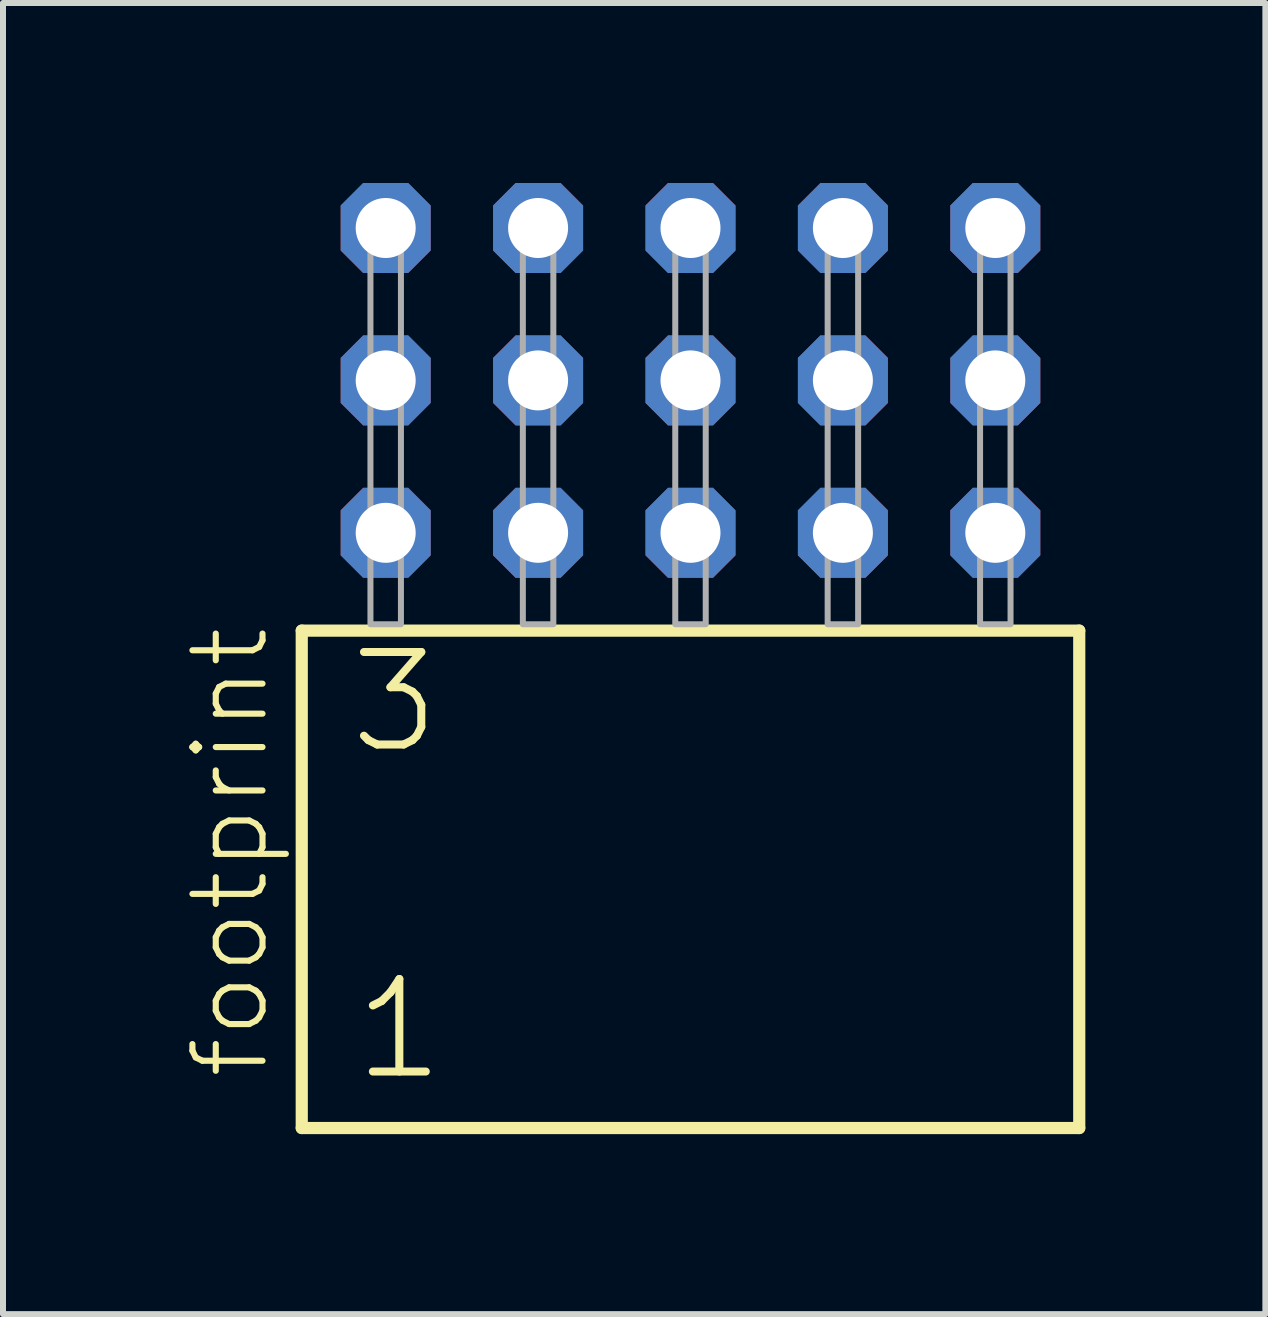
<source format=kicad_pcb>
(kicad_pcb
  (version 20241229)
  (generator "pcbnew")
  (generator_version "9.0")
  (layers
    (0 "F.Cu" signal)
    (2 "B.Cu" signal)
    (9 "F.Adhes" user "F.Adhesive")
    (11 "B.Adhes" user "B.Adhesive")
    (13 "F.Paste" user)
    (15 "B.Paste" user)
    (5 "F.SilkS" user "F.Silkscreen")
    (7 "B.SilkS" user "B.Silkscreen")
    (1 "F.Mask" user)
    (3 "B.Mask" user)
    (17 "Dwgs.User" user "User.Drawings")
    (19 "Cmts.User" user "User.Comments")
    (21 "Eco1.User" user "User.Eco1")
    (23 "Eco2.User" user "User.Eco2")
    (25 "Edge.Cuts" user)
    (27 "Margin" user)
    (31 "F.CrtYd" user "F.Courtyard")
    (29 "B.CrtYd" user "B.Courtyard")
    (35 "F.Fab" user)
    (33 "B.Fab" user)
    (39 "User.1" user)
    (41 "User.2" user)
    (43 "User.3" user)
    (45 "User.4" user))
  (footprint "footprint"
    (layer "F.Cu")
    (at 8.458 7.354)
    (property "Reference" "footprint" (at -6.985 7.62 90) (layer "F.SilkS") (effects (font (size 1.168 1.168) (thickness 0.102)) (justify left bottom)))
    (fp_line (start -6.479 0.106) (end -6.479 8.396) (stroke (width 0.203) (type solid)) (layer "F.SilkS"))
    (fp_line (start -6.479 8.396) (end 6.479 8.396) (stroke (width 0.203) (type solid)) (layer "F.SilkS"))
    (fp_line (start 6.479 0.106) (end -6.479 0.106) (stroke (width 0.203) (type solid)) (layer "F.SilkS"))
    (fp_line (start 6.479 8.396) (end 6.479 0.106) (stroke (width 0.203) (type solid)) (layer "F.SilkS"))
    (fp_poly (pts (xy -5.334 0) (xy -4.826 0) (xy -4.826 -6.858) (xy -5.334 -6.858)) (stroke (width 0.1) (type solid)) (fill no) (layer "F.Fab"))
    (fp_poly (pts (xy -2.794 0) (xy -2.286 0) (xy -2.286 -6.858) (xy -2.794 -6.858)) (stroke (width 0.1) (type solid)) (fill no) (layer "F.Fab"))
    (fp_poly (pts (xy -0.254 0) (xy 0.254 0) (xy 0.254 -6.858) (xy -0.254 -6.858)) (stroke (width 0.1) (type solid)) (fill no) (layer "F.Fab"))
    (fp_poly (pts (xy 2.286 0) (xy 2.794 0) (xy 2.794 -6.858) (xy 2.286 -6.858)) (stroke (width 0.1) (type solid)) (fill no) (layer "F.Fab"))
    (fp_poly (pts (xy 4.826 0) (xy 5.334 0) (xy 5.334 -6.858) (xy 4.826 -6.858)) (stroke (width 0.1) (type solid)) (fill no) (layer "F.Fab"))
    (fp_text user "1" (at -5.675 7.65 0) (layer "F.SilkS") (effects (font (size 1.542 1.542) (thickness 0.134)) (justify left bottom)))
    (fp_text user "3" (at -5.75 2.2 0) (layer "F.SilkS") (effects (font (size 1.542 1.542) (thickness 0.134)) (justify left bottom)))
    (pad "1" thru_hole roundrect (at -5.08 -1.524) (size 1.5 1.5) (drill 1) (layers "*.Cu" "*.Mask") (roundrect_rratio 0.25) (chamfer_ratio 0.25) (chamfer top_left top_right bottom_left bottom_right))
    (pad "2" thru_hole roundrect (at -5.08 -4.064) (size 1.5 1.5) (drill 1) (layers "*.Cu" "*.Mask") (roundrect_rratio 0.25) (chamfer_ratio 0.25) (chamfer top_left top_right bottom_left bottom_right))
    (pad "3" thru_hole roundrect (at -5.08 -6.604) (size 1.5 1.5) (drill 1) (layers "*.Cu" "*.Mask") (roundrect_rratio 0.25) (chamfer_ratio 0.25) (chamfer top_left top_right bottom_left bottom_right))
    (pad "4" thru_hole roundrect (at -2.54 -1.524) (size 1.5 1.5) (drill 1) (layers "*.Cu" "*.Mask") (roundrect_rratio 0.25) (chamfer_ratio 0.25) (chamfer top_left top_right bottom_left bottom_right))
    (pad "5" thru_hole roundrect (at -2.54 -4.064) (size 1.5 1.5) (drill 1) (layers "*.Cu" "*.Mask") (roundrect_rratio 0.25) (chamfer_ratio 0.25) (chamfer top_left top_right bottom_left bottom_right))
    (pad "6" thru_hole roundrect (at -2.54 -6.604) (size 1.5 1.5) (drill 1) (layers "*.Cu" "*.Mask") (roundrect_rratio 0.25) (chamfer_ratio 0.25) (chamfer top_left top_right bottom_left bottom_right))
    (pad "7" thru_hole roundrect (at 0 -1.524) (size 1.5 1.5) (drill 1) (layers "*.Cu" "*.Mask") (roundrect_rratio 0.25) (chamfer_ratio 0.25) (chamfer top_left top_right bottom_left bottom_right))
    (pad "8" thru_hole roundrect (at 0 -4.064) (size 1.5 1.5) (drill 1) (layers "*.Cu" "*.Mask") (roundrect_rratio 0.25) (chamfer_ratio 0.25) (chamfer top_left top_right bottom_left bottom_right))
    (pad "9" thru_hole roundrect (at 0 -6.604) (size 1.5 1.5) (drill 1) (layers "*.Cu" "*.Mask") (roundrect_rratio 0.25) (chamfer_ratio 0.25) (chamfer top_left top_right bottom_left bottom_right))
    (pad "10" thru_hole roundrect (at 2.54 -1.524) (size 1.5 1.5) (drill 1) (layers "*.Cu" "*.Mask") (roundrect_rratio 0.25) (chamfer_ratio 0.25) (chamfer top_left top_right bottom_left bottom_right))
    (pad "11" thru_hole roundrect (at 2.54 -4.064) (size 1.5 1.5) (drill 1) (layers "*.Cu" "*.Mask") (roundrect_rratio 0.25) (chamfer_ratio 0.25) (chamfer top_left top_right bottom_left bottom_right))
    (pad "12" thru_hole roundrect (at 2.54 -6.604) (size 1.5 1.5) (drill 1) (layers "*.Cu" "*.Mask") (roundrect_rratio 0.25) (chamfer_ratio 0.25) (chamfer top_left top_right bottom_left bottom_right))
    (pad "13" thru_hole roundrect (at 5.08 -1.524) (size 1.5 1.5) (drill 1) (layers "*.Cu" "*.Mask") (roundrect_rratio 0.25) (chamfer_ratio 0.25) (chamfer top_left top_right bottom_left bottom_right))
    (pad "14" thru_hole roundrect (at 5.08 -4.064) (size 1.5 1.5) (drill 1) (layers "*.Cu" "*.Mask") (roundrect_rratio 0.25) (chamfer_ratio 0.25) (chamfer top_left top_right bottom_left bottom_right))
    (pad "15" thru_hole roundrect (at 5.08 -6.604) (size 1.5 1.5) (drill 1) (layers "*.Cu" "*.Mask") (roundrect_rratio 0.25) (chamfer_ratio 0.25) (chamfer top_left top_right bottom_left bottom_right)))
  (gr_rect
    (start -3 -3)
    (end 18.039 18.852)
    (stroke (width 0.1) (type default))
    (fill no)
    (layer "Edge.Cuts")))
</source>
